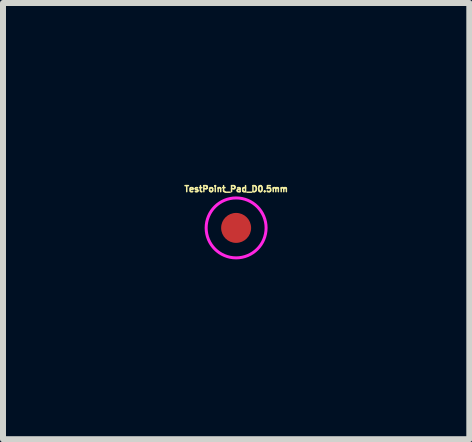
<source format=kicad_pcb>
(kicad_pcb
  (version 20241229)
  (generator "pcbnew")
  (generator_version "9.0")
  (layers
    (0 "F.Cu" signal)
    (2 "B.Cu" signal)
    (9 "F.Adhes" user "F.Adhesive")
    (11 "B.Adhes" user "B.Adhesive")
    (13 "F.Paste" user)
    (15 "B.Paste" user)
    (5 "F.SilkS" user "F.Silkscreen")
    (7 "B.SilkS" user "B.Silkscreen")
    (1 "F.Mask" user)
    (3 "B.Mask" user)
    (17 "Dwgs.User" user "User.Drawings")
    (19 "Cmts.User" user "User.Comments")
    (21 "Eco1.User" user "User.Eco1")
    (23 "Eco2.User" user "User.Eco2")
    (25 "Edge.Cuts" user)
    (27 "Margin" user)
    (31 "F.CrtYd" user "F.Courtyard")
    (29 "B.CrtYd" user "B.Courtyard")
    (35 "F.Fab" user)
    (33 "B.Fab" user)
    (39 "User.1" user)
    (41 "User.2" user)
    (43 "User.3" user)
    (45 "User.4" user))
  (footprint "TestPoint_Pad_D0.5mm"
    (layer "F.Cu")
    (at 0.889 0.752)
    (property "Reference" "TestPoint_Pad_D0.5mm" (at 0 -0.65 0) (layer "F.SilkS") (effects (font (size 0.1 0.1) (thickness 0.025))))
    (attr exclude_from_pos_files exclude_from_bom)
    (fp_circle (center 0 0) (end 0.5 0) (stroke (width 0.05) (type solid)) (fill no) (layer "F.CrtYd"))
    (pad "1" smd circle (at 0 0) (size 0.5 0.5) (layers "F.Cu" "F.Mask")))
  (gr_rect
    (start -3 -3)
    (end 4.779 4.277)
    (stroke (width 0.1) (type default))
    (fill no)
    (layer "Edge.Cuts")))
</source>
